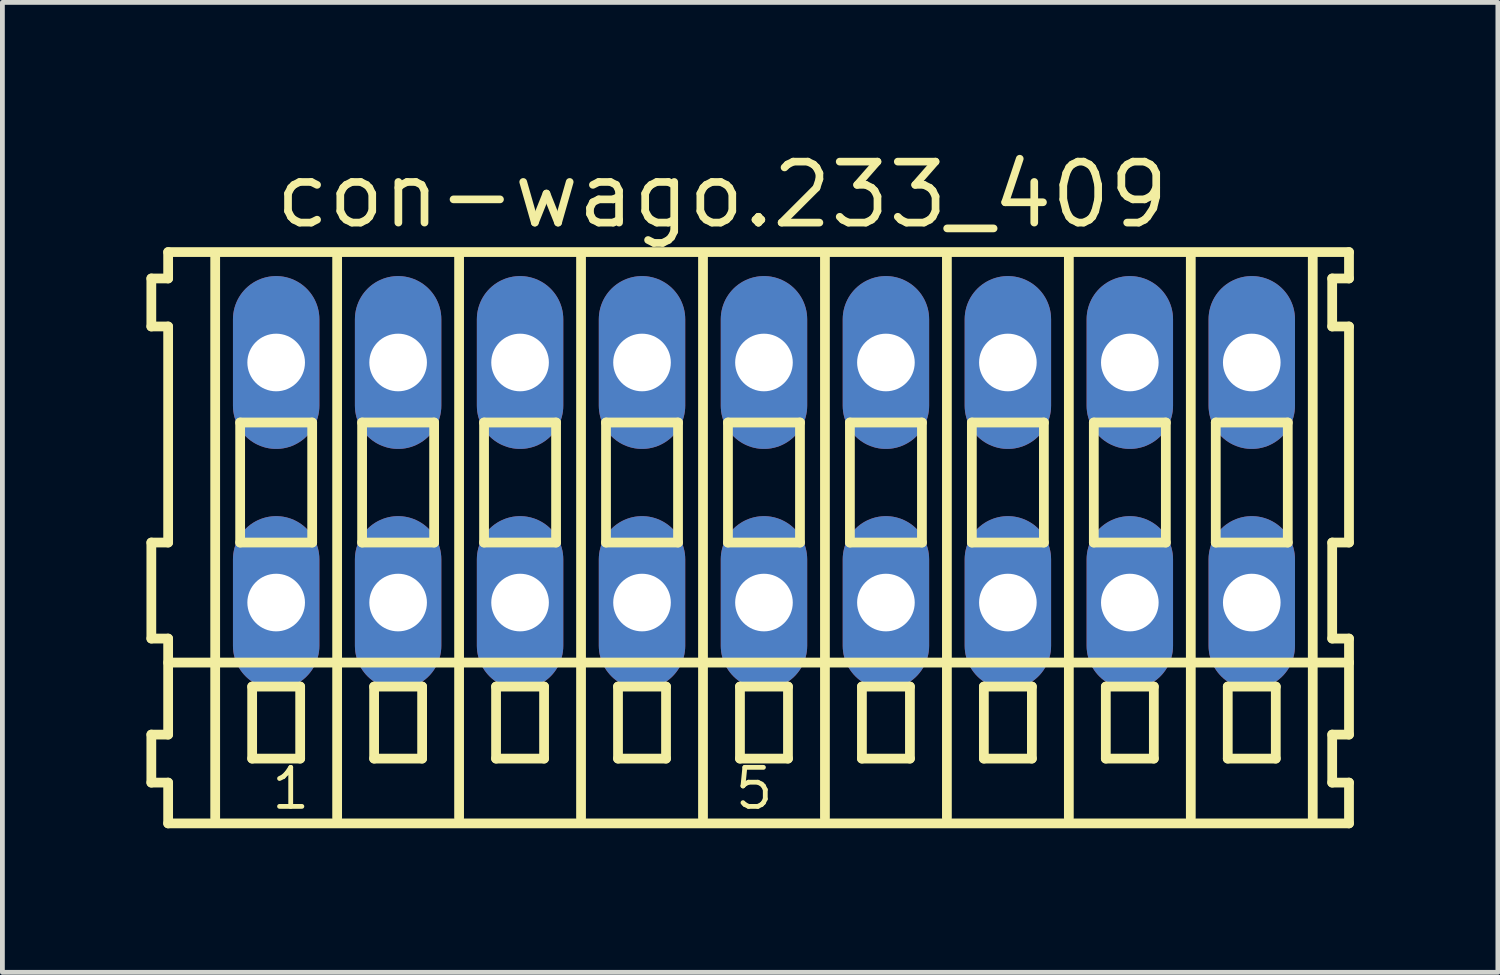
<source format=kicad_pcb>
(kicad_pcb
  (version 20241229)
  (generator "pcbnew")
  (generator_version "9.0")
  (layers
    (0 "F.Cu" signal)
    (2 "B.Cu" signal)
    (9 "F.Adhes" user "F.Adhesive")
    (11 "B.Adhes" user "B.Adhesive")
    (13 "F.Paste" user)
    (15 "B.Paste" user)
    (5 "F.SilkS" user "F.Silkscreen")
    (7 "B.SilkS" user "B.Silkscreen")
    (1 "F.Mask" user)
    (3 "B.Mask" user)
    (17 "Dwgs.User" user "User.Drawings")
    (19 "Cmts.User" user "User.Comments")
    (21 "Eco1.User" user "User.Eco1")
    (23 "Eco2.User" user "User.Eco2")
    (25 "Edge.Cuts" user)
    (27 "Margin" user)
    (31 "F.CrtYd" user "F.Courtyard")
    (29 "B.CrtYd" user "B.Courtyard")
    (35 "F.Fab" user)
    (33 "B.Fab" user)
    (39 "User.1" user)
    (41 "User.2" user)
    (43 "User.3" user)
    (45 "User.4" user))
  (footprint "con-wago.233_409"
    (layer "F.Cu")
    (at 12.862 7)
    (property "Reference" "con-wago.233_409" (at -10.26 -5.25 0) (layer "F.SilkS") (effects (font (size 1.27 1.27) (thickness 0.16)) (justify left bottom)))
    (attr through_hole)
    (fp_line (start -12.76 -4.25) (end -12.76 -3.25) (stroke (width 0.203) (type default)) (layer "F.SilkS"))
    (fp_line (start -12.76 -3.25) (end -12.41 -3.25) (stroke (width 0.203) (type default)) (layer "F.SilkS"))
    (fp_line (start -12.76 1.25) (end -12.76 3.25) (stroke (width 0.203) (type default)) (layer "F.SilkS"))
    (fp_line (start -12.76 3.25) (end -12.41 3.25) (stroke (width 0.203) (type default)) (layer "F.SilkS"))
    (fp_line (start -12.76 5.25) (end -12.76 6.25) (stroke (width 0.203) (type default)) (layer "F.SilkS"))
    (fp_line (start -12.76 6.25) (end -12.41 6.25) (stroke (width 0.203) (type default)) (layer "F.SilkS"))
    (fp_line (start -12.41 -4.8) (end -12.41 -4.25) (stroke (width 0.203) (type default)) (layer "F.SilkS"))
    (fp_line (start -12.41 -4.25) (end -12.76 -4.25) (stroke (width 0.203) (type default)) (layer "F.SilkS"))
    (fp_line (start -12.41 -3.25) (end -12.41 1.25) (stroke (width 0.203) (type default)) (layer "F.SilkS"))
    (fp_line (start -12.41 1.25) (end -12.76 1.25) (stroke (width 0.203) (type default)) (layer "F.SilkS"))
    (fp_line (start -12.41 3.25) (end -12.41 5.25) (stroke (width 0.203) (type default)) (layer "F.SilkS"))
    (fp_line (start -12.41 3.75) (end 12.185 3.75) (stroke (width 0.203) (type default)) (layer "F.SilkS"))
    (fp_line (start -12.41 5.25) (end -12.76 5.25) (stroke (width 0.203) (type default)) (layer "F.SilkS"))
    (fp_line (start -12.41 6.25) (end -12.41 7.1) (stroke (width 0.203) (type default)) (layer "F.SilkS"))
    (fp_line (start -12.41 7.1) (end 12.185 7.1) (stroke (width 0.203) (type default)) (layer "F.SilkS"))
    (fp_line (start -11.43 6.985) (end -11.43 -4.699) (stroke (width 0.203) (type default)) (layer "F.SilkS"))
    (fp_line (start -10.91 -1.25) (end -10.91 1.25) (stroke (width 0.203) (type default)) (layer "F.SilkS"))
    (fp_line (start -10.91 1.25) (end -9.41 1.25) (stroke (width 0.203) (type default)) (layer "F.SilkS"))
    (fp_line (start -10.66 4.25) (end -10.66 5.75) (stroke (width 0.203) (type default)) (layer "F.SilkS"))
    (fp_line (start -10.66 5.75) (end -9.66 5.75) (stroke (width 0.203) (type default)) (layer "F.SilkS"))
    (fp_line (start -9.66 4.25) (end -10.66 4.25) (stroke (width 0.203) (type default)) (layer "F.SilkS"))
    (fp_line (start -9.66 5.75) (end -9.66 4.25) (stroke (width 0.203) (type default)) (layer "F.SilkS"))
    (fp_line (start -9.41 -1.25) (end -10.91 -1.25) (stroke (width 0.203) (type default)) (layer "F.SilkS"))
    (fp_line (start -9.41 1.25) (end -9.41 -1.25) (stroke (width 0.203) (type default)) (layer "F.SilkS"))
    (fp_line (start -8.89 6.985) (end -8.89 -4.699) (stroke (width 0.203) (type default)) (layer "F.SilkS"))
    (fp_line (start -8.37 -1.25) (end -8.37 1.25) (stroke (width 0.203) (type default)) (layer "F.SilkS"))
    (fp_line (start -8.37 1.25) (end -6.87 1.25) (stroke (width 0.203) (type default)) (layer "F.SilkS"))
    (fp_line (start -8.12 4.25) (end -8.12 5.75) (stroke (width 0.203) (type default)) (layer "F.SilkS"))
    (fp_line (start -8.12 5.75) (end -7.12 5.75) (stroke (width 0.203) (type default)) (layer "F.SilkS"))
    (fp_line (start -7.12 4.25) (end -8.12 4.25) (stroke (width 0.203) (type default)) (layer "F.SilkS"))
    (fp_line (start -7.12 5.75) (end -7.12 4.25) (stroke (width 0.203) (type default)) (layer "F.SilkS"))
    (fp_line (start -6.87 -1.25) (end -8.37 -1.25) (stroke (width 0.203) (type default)) (layer "F.SilkS"))
    (fp_line (start -6.87 1.25) (end -6.87 -1.25) (stroke (width 0.203) (type default)) (layer "F.SilkS"))
    (fp_line (start -6.35 6.985) (end -6.35 -4.699) (stroke (width 0.203) (type default)) (layer "F.SilkS"))
    (fp_line (start -5.83 -1.25) (end -5.83 1.25) (stroke (width 0.203) (type default)) (layer "F.SilkS"))
    (fp_line (start -5.83 1.25) (end -4.33 1.25) (stroke (width 0.203) (type default)) (layer "F.SilkS"))
    (fp_line (start -5.58 4.25) (end -5.58 5.75) (stroke (width 0.203) (type default)) (layer "F.SilkS"))
    (fp_line (start -5.58 5.75) (end -4.58 5.75) (stroke (width 0.203) (type default)) (layer "F.SilkS"))
    (fp_line (start -4.58 4.25) (end -5.58 4.25) (stroke (width 0.203) (type default)) (layer "F.SilkS"))
    (fp_line (start -4.58 5.75) (end -4.58 4.25) (stroke (width 0.203) (type default)) (layer "F.SilkS"))
    (fp_line (start -4.33 -1.25) (end -5.83 -1.25) (stroke (width 0.203) (type default)) (layer "F.SilkS"))
    (fp_line (start -4.33 1.25) (end -4.33 -1.25) (stroke (width 0.203) (type default)) (layer "F.SilkS"))
    (fp_line (start -3.81 6.985) (end -3.81 -4.699) (stroke (width 0.203) (type default)) (layer "F.SilkS"))
    (fp_line (start -3.29 -1.25) (end -3.29 1.25) (stroke (width 0.203) (type default)) (layer "F.SilkS"))
    (fp_line (start -3.29 1.25) (end -1.79 1.25) (stroke (width 0.203) (type default)) (layer "F.SilkS"))
    (fp_line (start -3.04 4.25) (end -3.04 5.75) (stroke (width 0.203) (type default)) (layer "F.SilkS"))
    (fp_line (start -3.04 5.75) (end -2.04 5.75) (stroke (width 0.203) (type default)) (layer "F.SilkS"))
    (fp_line (start -2.04 4.25) (end -3.04 4.25) (stroke (width 0.203) (type default)) (layer "F.SilkS"))
    (fp_line (start -2.04 5.75) (end -2.04 4.25) (stroke (width 0.203) (type default)) (layer "F.SilkS"))
    (fp_line (start -1.79 -1.25) (end -3.29 -1.25) (stroke (width 0.203) (type default)) (layer "F.SilkS"))
    (fp_line (start -1.79 1.25) (end -1.79 -1.25) (stroke (width 0.203) (type default)) (layer "F.SilkS"))
    (fp_line (start -1.27 6.985) (end -1.27 -4.699) (stroke (width 0.203) (type default)) (layer "F.SilkS"))
    (fp_line (start -0.75 -1.25) (end -0.75 1.25) (stroke (width 0.203) (type default)) (layer "F.SilkS"))
    (fp_line (start -0.75 1.25) (end 0.75 1.25) (stroke (width 0.203) (type default)) (layer "F.SilkS"))
    (fp_line (start -0.5 4.25) (end -0.5 5.75) (stroke (width 0.203) (type default)) (layer "F.SilkS"))
    (fp_line (start -0.5 5.75) (end 0.5 5.75) (stroke (width 0.203) (type default)) (layer "F.SilkS"))
    (fp_line (start 0.5 4.25) (end -0.5 4.25) (stroke (width 0.203) (type default)) (layer "F.SilkS"))
    (fp_line (start 0.5 5.75) (end 0.5 4.25) (stroke (width 0.203) (type default)) (layer "F.SilkS"))
    (fp_line (start 0.75 -1.25) (end -0.75 -1.25) (stroke (width 0.203) (type default)) (layer "F.SilkS"))
    (fp_line (start 0.75 1.25) (end 0.75 -1.25) (stroke (width 0.203) (type default)) (layer "F.SilkS"))
    (fp_line (start 1.27 6.985) (end 1.27 -4.699) (stroke (width 0.203) (type default)) (layer "F.SilkS"))
    (fp_line (start 1.79 -1.25) (end 1.79 1.25) (stroke (width 0.203) (type default)) (layer "F.SilkS"))
    (fp_line (start 1.79 1.25) (end 3.29 1.25) (stroke (width 0.203) (type default)) (layer "F.SilkS"))
    (fp_line (start 2.04 4.25) (end 2.04 5.75) (stroke (width 0.203) (type default)) (layer "F.SilkS"))
    (fp_line (start 2.04 5.75) (end 3.04 5.75) (stroke (width 0.203) (type default)) (layer "F.SilkS"))
    (fp_line (start 3.04 4.25) (end 2.04 4.25) (stroke (width 0.203) (type default)) (layer "F.SilkS"))
    (fp_line (start 3.04 5.75) (end 3.04 4.25) (stroke (width 0.203) (type default)) (layer "F.SilkS"))
    (fp_line (start 3.29 -1.25) (end 1.79 -1.25) (stroke (width 0.203) (type default)) (layer "F.SilkS"))
    (fp_line (start 3.29 1.25) (end 3.29 -1.25) (stroke (width 0.203) (type default)) (layer "F.SilkS"))
    (fp_line (start 3.81 6.985) (end 3.81 -4.699) (stroke (width 0.203) (type default)) (layer "F.SilkS"))
    (fp_line (start 4.33 -1.25) (end 4.33 1.25) (stroke (width 0.203) (type default)) (layer "F.SilkS"))
    (fp_line (start 4.33 1.25) (end 5.83 1.25) (stroke (width 0.203) (type default)) (layer "F.SilkS"))
    (fp_line (start 4.58 4.25) (end 4.58 5.75) (stroke (width 0.203) (type default)) (layer "F.SilkS"))
    (fp_line (start 4.58 5.75) (end 5.58 5.75) (stroke (width 0.203) (type default)) (layer "F.SilkS"))
    (fp_line (start 5.58 4.25) (end 4.58 4.25) (stroke (width 0.203) (type default)) (layer "F.SilkS"))
    (fp_line (start 5.58 5.75) (end 5.58 4.25) (stroke (width 0.203) (type default)) (layer "F.SilkS"))
    (fp_line (start 5.83 -1.25) (end 4.33 -1.25) (stroke (width 0.203) (type default)) (layer "F.SilkS"))
    (fp_line (start 5.83 1.25) (end 5.83 -1.25) (stroke (width 0.203) (type default)) (layer "F.SilkS"))
    (fp_line (start 6.35 6.985) (end 6.35 -4.699) (stroke (width 0.203) (type default)) (layer "F.SilkS"))
    (fp_line (start 6.87 -1.25) (end 6.87 1.25) (stroke (width 0.203) (type default)) (layer "F.SilkS"))
    (fp_line (start 6.87 1.25) (end 8.37 1.25) (stroke (width 0.203) (type default)) (layer "F.SilkS"))
    (fp_line (start 7.12 4.25) (end 7.12 5.75) (stroke (width 0.203) (type default)) (layer "F.SilkS"))
    (fp_line (start 7.12 5.75) (end 8.12 5.75) (stroke (width 0.203) (type default)) (layer "F.SilkS"))
    (fp_line (start 8.12 4.25) (end 7.12 4.25) (stroke (width 0.203) (type default)) (layer "F.SilkS"))
    (fp_line (start 8.12 5.75) (end 8.12 4.25) (stroke (width 0.203) (type default)) (layer "F.SilkS"))
    (fp_line (start 8.37 -1.25) (end 6.87 -1.25) (stroke (width 0.203) (type default)) (layer "F.SilkS"))
    (fp_line (start 8.37 1.25) (end 8.37 -1.25) (stroke (width 0.203) (type default)) (layer "F.SilkS"))
    (fp_line (start 8.89 6.985) (end 8.89 -4.699) (stroke (width 0.203) (type default)) (layer "F.SilkS"))
    (fp_line (start 9.41 -1.25) (end 9.41 1.25) (stroke (width 0.203) (type default)) (layer "F.SilkS"))
    (fp_line (start 9.41 1.25) (end 10.91 1.25) (stroke (width 0.203) (type default)) (layer "F.SilkS"))
    (fp_line (start 9.66 4.25) (end 9.66 5.75) (stroke (width 0.203) (type default)) (layer "F.SilkS"))
    (fp_line (start 9.66 5.75) (end 10.66 5.75) (stroke (width 0.203) (type default)) (layer "F.SilkS"))
    (fp_line (start 10.66 4.25) (end 9.66 4.25) (stroke (width 0.203) (type default)) (layer "F.SilkS"))
    (fp_line (start 10.66 5.75) (end 10.66 4.25) (stroke (width 0.203) (type default)) (layer "F.SilkS"))
    (fp_line (start 10.91 -1.25) (end 9.41 -1.25) (stroke (width 0.203) (type default)) (layer "F.SilkS"))
    (fp_line (start 10.91 1.25) (end 10.91 -1.25) (stroke (width 0.203) (type default)) (layer "F.SilkS"))
    (fp_line (start 11.43 6.985) (end 11.43 -4.699) (stroke (width 0.203) (type default)) (layer "F.SilkS"))
    (fp_line (start 11.835 -4.25) (end 11.835 -3.25) (stroke (width 0.203) (type default)) (layer "F.SilkS"))
    (fp_line (start 11.835 -3.25) (end 12.185 -3.25) (stroke (width 0.203) (type default)) (layer "F.SilkS"))
    (fp_line (start 11.835 1.25) (end 11.835 3.25) (stroke (width 0.203) (type default)) (layer "F.SilkS"))
    (fp_line (start 11.835 3.25) (end 12.185 3.25) (stroke (width 0.203) (type default)) (layer "F.SilkS"))
    (fp_line (start 11.835 5.25) (end 11.835 6.25) (stroke (width 0.203) (type default)) (layer "F.SilkS"))
    (fp_line (start 11.835 6.25) (end 12.185 6.25) (stroke (width 0.203) (type default)) (layer "F.SilkS"))
    (fp_line (start 12.185 -4.8) (end -12.41 -4.8) (stroke (width 0.203) (type default)) (layer "F.SilkS"))
    (fp_line (start 12.185 -4.25) (end 11.835 -4.25) (stroke (width 0.203) (type default)) (layer "F.SilkS"))
    (fp_line (start 12.185 -4.25) (end 12.185 -4.8) (stroke (width 0.203) (type default)) (layer "F.SilkS"))
    (fp_line (start 12.185 1.25) (end 11.835 1.25) (stroke (width 0.203) (type default)) (layer "F.SilkS"))
    (fp_line (start 12.185 1.25) (end 12.185 -3.25) (stroke (width 0.203) (type default)) (layer "F.SilkS"))
    (fp_line (start 12.185 3.75) (end 12.185 3.25) (stroke (width 0.203) (type default)) (layer "F.SilkS"))
    (fp_line (start 12.185 5.25) (end 11.835 5.25) (stroke (width 0.203) (type default)) (layer "F.SilkS"))
    (fp_line (start 12.185 5.25) (end 12.185 3.75) (stroke (width 0.203) (type default)) (layer "F.SilkS"))
    (fp_line (start 12.185 7.1) (end 12.185 6.25) (stroke (width 0.203) (type default)) (layer "F.SilkS"))
    (fp_text user "5" (at -0.658 6.85 0) (layer "F.SilkS") (effects (font (size 0.813 0.813) (thickness 0.1)) (justify left bottom)))
    (fp_text user "1" (at -10.31 6.85 0) (layer "F.SilkS") (effects (font (size 0.813 0.813) (thickness 0.1)) (justify left bottom)))
    (pad "A1" thru_hole oval (at -10.16 -2.5 90) (size 3.6 1.8) (drill 1.2) (layers "*.Cu" "*.Mask"))
    (pad "A2" thru_hole oval (at -7.62 -2.5 90) (size 3.6 1.8) (drill 1.2) (layers "*.Cu" "*.Mask"))
    (pad "A3" thru_hole oval (at -5.08 -2.5 90) (size 3.6 1.8) (drill 1.2) (layers "*.Cu" "*.Mask"))
    (pad "A4" thru_hole oval (at -2.54 -2.5 90) (size 3.6 1.8) (drill 1.2) (layers "*.Cu" "*.Mask"))
    (pad "A5" thru_hole oval (at 0 -2.5 90) (size 3.6 1.8) (drill 1.2) (layers "*.Cu" "*.Mask"))
    (pad "A6" thru_hole oval (at 2.54 -2.5 90) (size 3.6 1.8) (drill 1.2) (layers "*.Cu" "*.Mask"))
    (pad "A7" thru_hole oval (at 5.08 -2.5 90) (size 3.6 1.8) (drill 1.2) (layers "*.Cu" "*.Mask"))
    (pad "A8" thru_hole oval (at 7.62 -2.5 90) (size 3.6 1.8) (drill 1.2) (layers "*.Cu" "*.Mask"))
    (pad "A9" thru_hole oval (at 10.16 -2.5 90) (size 3.6 1.8) (drill 1.2) (layers "*.Cu" "*.Mask"))
    (pad "B1" thru_hole oval (at -10.16 2.5 90) (size 3.6 1.8) (drill 1.2) (layers "*.Cu" "*.Mask"))
    (pad "B2" thru_hole oval (at -7.62 2.5 90) (size 3.6 1.8) (drill 1.2) (layers "*.Cu" "*.Mask"))
    (pad "B3" thru_hole oval (at -5.08 2.5 90) (size 3.6 1.8) (drill 1.2) (layers "*.Cu" "*.Mask"))
    (pad "B4" thru_hole oval (at -2.54 2.5 90) (size 3.6 1.8) (drill 1.2) (layers "*.Cu" "*.Mask"))
    (pad "B5" thru_hole oval (at 0 2.5 90) (size 3.6 1.8) (drill 1.2) (layers "*.Cu" "*.Mask"))
    (pad "B6" thru_hole oval (at 2.54 2.5 90) (size 3.6 1.8) (drill 1.2) (layers "*.Cu" "*.Mask"))
    (pad "B7" thru_hole oval (at 5.08 2.5 90) (size 3.6 1.8) (drill 1.2) (layers "*.Cu" "*.Mask"))
    (pad "B8" thru_hole oval (at 7.62 2.5 90) (size 3.6 1.8) (drill 1.2) (layers "*.Cu" "*.Mask"))
    (pad "B9" thru_hole oval (at 10.16 2.5 90) (size 3.6 1.8) (drill 1.2) (layers "*.Cu" "*.Mask")))
  (gr_rect
    (start -3 -3)
    (end 28.148 17.202)
    (stroke (width 0.1) (type default))
    (fill no)
    (layer "Edge.Cuts")))
</source>
